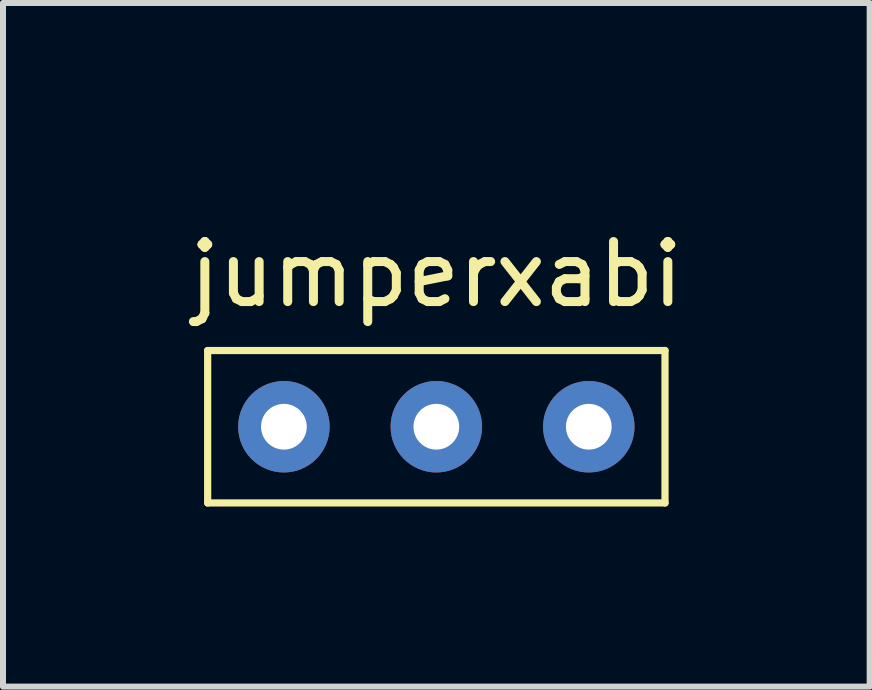
<source format=kicad_pcb>
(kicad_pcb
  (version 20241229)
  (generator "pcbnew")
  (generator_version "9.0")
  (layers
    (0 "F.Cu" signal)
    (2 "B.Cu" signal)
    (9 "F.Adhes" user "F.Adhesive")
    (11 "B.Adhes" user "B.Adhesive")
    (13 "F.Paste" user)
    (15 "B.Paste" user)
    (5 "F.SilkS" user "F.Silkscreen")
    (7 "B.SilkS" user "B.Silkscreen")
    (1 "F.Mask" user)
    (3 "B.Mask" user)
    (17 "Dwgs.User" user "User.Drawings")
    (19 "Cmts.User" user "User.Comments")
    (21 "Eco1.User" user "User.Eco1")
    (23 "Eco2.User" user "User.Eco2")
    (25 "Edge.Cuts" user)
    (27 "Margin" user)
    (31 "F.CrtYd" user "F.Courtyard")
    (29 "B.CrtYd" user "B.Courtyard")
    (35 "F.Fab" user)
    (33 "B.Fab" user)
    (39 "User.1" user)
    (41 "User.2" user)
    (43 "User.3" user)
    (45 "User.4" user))
  (footprint "jumperxabi"
    (layer "F.Cu")
    (at 4.22 0.25)
    (property "Reference" "jumperxabi" (at 0 1.27 0) (layer "F.SilkS") (effects (font (size 1 1) (thickness 0.15))))
    (attr through_hole)
    (fp_line (start -3.81 2.54) (end 3.81 2.54) (stroke (width 0.12) (type solid)) (layer "F.SilkS"))
    (fp_line (start -3.81 5.08) (end -3.81 2.54) (stroke (width 0.12) (type solid)) (layer "F.SilkS"))
    (fp_line (start 3.81 2.54) (end 3.81 5.08) (stroke (width 0.12) (type solid)) (layer "F.SilkS"))
    (fp_line (start 3.81 5.08) (end -3.81 5.08) (stroke (width 0.12) (type solid)) (layer "F.SilkS"))
    (pad "1" thru_hole circle (at -2.54 3.81) (size 1.524 1.524) (drill 0.762) (layers "*.Cu" "*.Mask"))
    (pad "2" thru_hole circle (at 0 3.81) (size 1.524 1.524) (drill 0.762) (layers "*.Cu" "*.Mask"))
    (pad "3" thru_hole circle (at 2.54 3.81) (size 1.524 1.524) (drill 0.762) (layers "*.Cu" "*.Mask")))
  (gr_rect
    (start -3 -3)
    (end 11.44 8.39)
    (stroke (width 0.1) (type default))
    (fill no)
    (layer "Edge.Cuts")))
</source>
